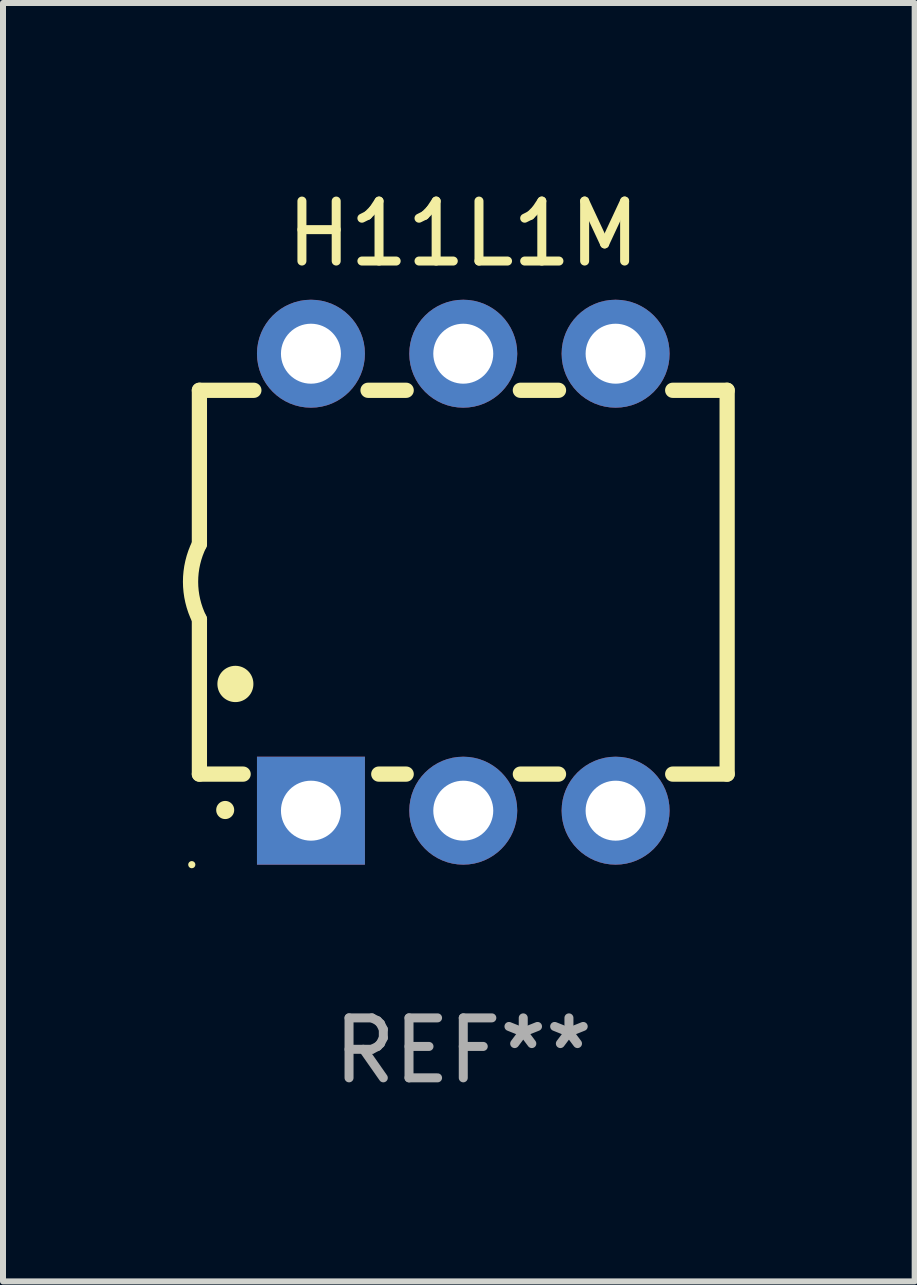
<source format=kicad_pcb>
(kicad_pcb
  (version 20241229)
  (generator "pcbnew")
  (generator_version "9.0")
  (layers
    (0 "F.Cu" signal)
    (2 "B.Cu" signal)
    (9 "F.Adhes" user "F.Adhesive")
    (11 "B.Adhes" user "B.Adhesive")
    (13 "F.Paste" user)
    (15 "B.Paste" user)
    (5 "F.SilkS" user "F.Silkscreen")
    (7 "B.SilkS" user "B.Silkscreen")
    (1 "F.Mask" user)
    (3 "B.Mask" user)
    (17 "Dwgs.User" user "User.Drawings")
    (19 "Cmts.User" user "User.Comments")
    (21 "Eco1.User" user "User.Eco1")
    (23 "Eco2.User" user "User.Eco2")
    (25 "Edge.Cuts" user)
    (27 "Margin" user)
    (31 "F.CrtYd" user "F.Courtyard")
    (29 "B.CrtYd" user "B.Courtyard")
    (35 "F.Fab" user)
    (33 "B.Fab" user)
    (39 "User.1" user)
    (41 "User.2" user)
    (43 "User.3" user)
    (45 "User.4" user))
  (footprint "H11L1M"
    (layer "F.Cu")
    (at 4.675 6.658)
    (property "Reference" "H11L1M" (at 0 -5.81 0) (layer "F.SilkS") (effects (font (size 1 1) (thickness 0.15))))
    (attr through_hole)
    (fp_line (start -4.4 -3.2) (end -4.4 -0.635) (stroke (width 0.254) (type solid)) (layer "F.SilkS"))
    (fp_line (start -4.4 -3.2) (end -3.492 -3.2) (stroke (width 0.254) (type solid)) (layer "F.SilkS"))
    (fp_line (start -4.4 3.2) (end -4.4 0.619) (stroke (width 0.254) (type solid)) (layer "F.SilkS"))
    (fp_line (start -3.671 3.2) (end -4.4 3.2) (stroke (width 0.254) (type solid)) (layer "F.SilkS"))
    (fp_line (start -1.588 -3.2) (end -0.952 -3.2) (stroke (width 0.254) (type solid)) (layer "F.SilkS"))
    (fp_line (start -0.952 3.2) (end -1.409 3.2) (stroke (width 0.254) (type solid)) (layer "F.SilkS"))
    (fp_line (start 0.952 -3.2) (end 1.588 -3.2) (stroke (width 0.254) (type solid)) (layer "F.SilkS"))
    (fp_line (start 1.588 3.2) (end 0.952 3.2) (stroke (width 0.254) (type solid)) (layer "F.SilkS"))
    (fp_line (start 3.492 -3.2) (end 4.4 -3.2) (stroke (width 0.254) (type solid)) (layer "F.SilkS"))
    (fp_line (start 4.4 -3.2) (end 4.4 3.2) (stroke (width 0.254) (type solid)) (layer "F.SilkS"))
    (fp_line (start 4.4 3.2) (end 3.492 3.2) (stroke (width 0.254) (type solid)) (layer "F.SilkS"))
    (fp_arc (start -4.399288 0.619762) (mid -4.547636 -0.007536) (end -4.4 -0.635001) (stroke (width 0.254001) (type solid)) (layer "F.SilkS"))
    (fp_arc (start -3.970028 3.799848) (mid -3.970033 3.798578) (end -3.970028 3.797308) (stroke (width 0.3) (type solid)) (layer "F.SilkS"))
    (fp_arc (start -3.799848 1.699263) (mid -3.799859 1.696723) (end -3.799848 1.694183) (stroke (width 0.6) (type solid)) (layer "F.SilkS"))
    (fp_circle (center -4.527 4.71) (end -4.497 4.71) (stroke (width 0.06) (type solid)) (fill no) (layer "F.SilkS"))
    (fp_text user "REF**" (at 0 7.81 0) (layer "F.Fab") (effects (font (size 1 1) (thickness 0.15))))
    (pad "1" thru_hole rect (at -2.54 3.81 180) (size 1.8 1.8) (drill 1) (layers "*.Cu" "*.Mask"))
    (pad "2" thru_hole circle (at 0 3.81) (size 1.8 1.8) (drill 1) (layers "*.Cu" "*.Mask"))
    (pad "3" thru_hole circle (at 2.54 3.81) (size 1.8 1.8) (drill 1) (layers "*.Cu" "*.Mask"))
    (pad "4" thru_hole circle (at 2.54 -3.81) (size 1.8 1.8) (drill 1) (layers "*.Cu" "*.Mask"))
    (pad "5" thru_hole circle (at 0 -3.81) (size 1.8 1.8) (drill 1) (layers "*.Cu" "*.Mask"))
    (pad "6" thru_hole circle (at -2.54 -3.81) (size 1.8 1.8) (drill 1) (layers "*.Cu" "*.Mask")))
  (gr_rect
    (start -3 -3)
    (end 12.202 18.317)
    (stroke (width 0.1) (type default))
    (fill no)
    (layer "Edge.Cuts")))
</source>
